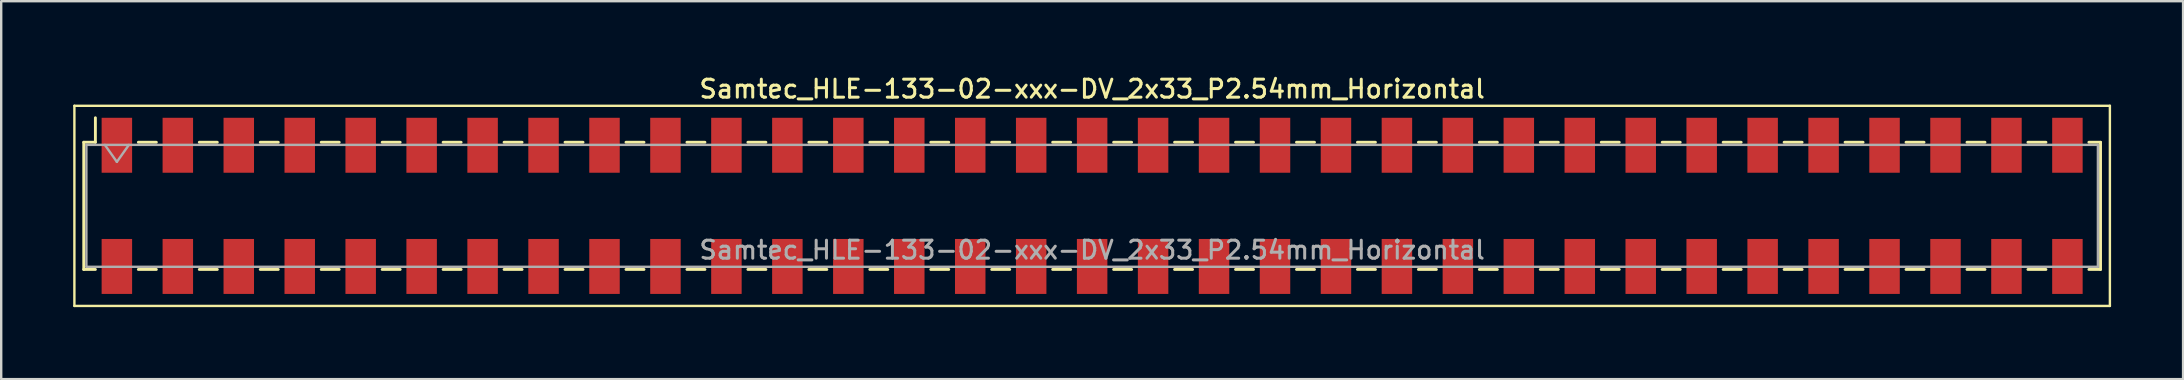
<source format=kicad_pcb>
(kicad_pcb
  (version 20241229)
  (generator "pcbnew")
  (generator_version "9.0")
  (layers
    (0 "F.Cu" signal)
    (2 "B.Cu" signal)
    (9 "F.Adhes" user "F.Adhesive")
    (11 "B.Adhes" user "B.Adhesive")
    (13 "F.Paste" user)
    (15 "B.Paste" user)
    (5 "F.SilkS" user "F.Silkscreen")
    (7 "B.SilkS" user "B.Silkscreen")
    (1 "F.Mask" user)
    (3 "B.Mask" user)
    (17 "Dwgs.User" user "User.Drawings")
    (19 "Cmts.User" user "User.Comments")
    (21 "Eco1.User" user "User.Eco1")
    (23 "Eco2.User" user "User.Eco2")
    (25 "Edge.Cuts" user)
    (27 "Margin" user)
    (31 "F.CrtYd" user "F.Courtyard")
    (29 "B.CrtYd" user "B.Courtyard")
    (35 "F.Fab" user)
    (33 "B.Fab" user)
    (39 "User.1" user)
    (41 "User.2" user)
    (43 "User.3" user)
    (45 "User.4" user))
  (footprint "Samtec_HLE-133-02-xxx-DV_2x33_P2.54mm_Horizontal"
    (layer "F.Cu")
    (at 42.46 5.528)
    (property "Reference" "Samtec_HLE-133-02-xxx-DV_2x33_P2.54mm_Horizontal" (at 0 -4.87 0) (layer "F.SilkS") (effects (font (size 0.75 0.75) (thickness 0.125))))
    (attr smd)
    (fp_line (start -42.41 -4.17) (end 42.41 -4.17) (stroke (width 0.1) (type solid)) (layer "F.SilkS"))
    (fp_line (start -42.41 4.17) (end -42.41 -4.17) (stroke (width 0.1) (type solid)) (layer "F.SilkS"))
    (fp_line (start -42.02 -2.65) (end -42.02 2.65) (stroke (width 0.12) (type solid)) (layer "F.SilkS"))
    (fp_line (start -42.02 2.65) (end -41.535 2.65) (stroke (width 0.12) (type solid)) (layer "F.SilkS"))
    (fp_line (start -41.535 -3.67) (end -41.535 -2.65) (stroke (width 0.12) (type solid)) (layer "F.SilkS"))
    (fp_line (start -41.535 -2.65) (end -42.02 -2.65) (stroke (width 0.12) (type solid)) (layer "F.SilkS"))
    (fp_line (start -39.745 -2.65) (end -38.995 -2.65) (stroke (width 0.12) (type solid)) (layer "F.SilkS"))
    (fp_line (start -39.745 2.65) (end -38.995 2.65) (stroke (width 0.12) (type solid)) (layer "F.SilkS"))
    (fp_line (start -37.205 -2.65) (end -36.455 -2.65) (stroke (width 0.12) (type solid)) (layer "F.SilkS"))
    (fp_line (start -37.205 2.65) (end -36.455 2.65) (stroke (width 0.12) (type solid)) (layer "F.SilkS"))
    (fp_line (start -34.665 -2.65) (end -33.915 -2.65) (stroke (width 0.12) (type solid)) (layer "F.SilkS"))
    (fp_line (start -34.665 2.65) (end -33.915 2.65) (stroke (width 0.12) (type solid)) (layer "F.SilkS"))
    (fp_line (start -32.125 -2.65) (end -31.375 -2.65) (stroke (width 0.12) (type solid)) (layer "F.SilkS"))
    (fp_line (start -32.125 2.65) (end -31.375 2.65) (stroke (width 0.12) (type solid)) (layer "F.SilkS"))
    (fp_line (start -29.585 -2.65) (end -28.835 -2.65) (stroke (width 0.12) (type solid)) (layer "F.SilkS"))
    (fp_line (start -29.585 2.65) (end -28.835 2.65) (stroke (width 0.12) (type solid)) (layer "F.SilkS"))
    (fp_line (start -27.045 -2.65) (end -26.295 -2.65) (stroke (width 0.12) (type solid)) (layer "F.SilkS"))
    (fp_line (start -27.045 2.65) (end -26.295 2.65) (stroke (width 0.12) (type solid)) (layer "F.SilkS"))
    (fp_line (start -24.505 -2.65) (end -23.755 -2.65) (stroke (width 0.12) (type solid)) (layer "F.SilkS"))
    (fp_line (start -24.505 2.65) (end -23.755 2.65) (stroke (width 0.12) (type solid)) (layer "F.SilkS"))
    (fp_line (start -21.965 -2.65) (end -21.215 -2.65) (stroke (width 0.12) (type solid)) (layer "F.SilkS"))
    (fp_line (start -21.965 2.65) (end -21.215 2.65) (stroke (width 0.12) (type solid)) (layer "F.SilkS"))
    (fp_line (start -19.425 -2.65) (end -18.675 -2.65) (stroke (width 0.12) (type solid)) (layer "F.SilkS"))
    (fp_line (start -19.425 2.65) (end -18.675 2.65) (stroke (width 0.12) (type solid)) (layer "F.SilkS"))
    (fp_line (start -16.885 -2.65) (end -16.135 -2.65) (stroke (width 0.12) (type solid)) (layer "F.SilkS"))
    (fp_line (start -16.885 2.65) (end -16.135 2.65) (stroke (width 0.12) (type solid)) (layer "F.SilkS"))
    (fp_line (start -14.345 -2.65) (end -13.595 -2.65) (stroke (width 0.12) (type solid)) (layer "F.SilkS"))
    (fp_line (start -14.345 2.65) (end -13.595 2.65) (stroke (width 0.12) (type solid)) (layer "F.SilkS"))
    (fp_line (start -11.805 -2.65) (end -11.055 -2.65) (stroke (width 0.12) (type solid)) (layer "F.SilkS"))
    (fp_line (start -11.805 2.65) (end -11.055 2.65) (stroke (width 0.12) (type solid)) (layer "F.SilkS"))
    (fp_line (start -9.265 -2.65) (end -8.515 -2.65) (stroke (width 0.12) (type solid)) (layer "F.SilkS"))
    (fp_line (start -9.265 2.65) (end -8.515 2.65) (stroke (width 0.12) (type solid)) (layer "F.SilkS"))
    (fp_line (start -6.725 -2.65) (end -5.975 -2.65) (stroke (width 0.12) (type solid)) (layer "F.SilkS"))
    (fp_line (start -6.725 2.65) (end -5.975 2.65) (stroke (width 0.12) (type solid)) (layer "F.SilkS"))
    (fp_line (start -4.185 -2.65) (end -3.435 -2.65) (stroke (width 0.12) (type solid)) (layer "F.SilkS"))
    (fp_line (start -4.185 2.65) (end -3.435 2.65) (stroke (width 0.12) (type solid)) (layer "F.SilkS"))
    (fp_line (start -1.645 -2.65) (end -0.895 -2.65) (stroke (width 0.12) (type solid)) (layer "F.SilkS"))
    (fp_line (start -1.645 2.65) (end -0.895 2.65) (stroke (width 0.12) (type solid)) (layer "F.SilkS"))
    (fp_line (start 0.895 -2.65) (end 1.645 -2.65) (stroke (width 0.12) (type solid)) (layer "F.SilkS"))
    (fp_line (start 0.895 2.65) (end 1.645 2.65) (stroke (width 0.12) (type solid)) (layer "F.SilkS"))
    (fp_line (start 3.435 -2.65) (end 4.185 -2.65) (stroke (width 0.12) (type solid)) (layer "F.SilkS"))
    (fp_line (start 3.435 2.65) (end 4.185 2.65) (stroke (width 0.12) (type solid)) (layer "F.SilkS"))
    (fp_line (start 5.975 -2.65) (end 6.725 -2.65) (stroke (width 0.12) (type solid)) (layer "F.SilkS"))
    (fp_line (start 5.975 2.65) (end 6.725 2.65) (stroke (width 0.12) (type solid)) (layer "F.SilkS"))
    (fp_line (start 8.515 -2.65) (end 9.265 -2.65) (stroke (width 0.12) (type solid)) (layer "F.SilkS"))
    (fp_line (start 8.515 2.65) (end 9.265 2.65) (stroke (width 0.12) (type solid)) (layer "F.SilkS"))
    (fp_line (start 11.055 -2.65) (end 11.805 -2.65) (stroke (width 0.12) (type solid)) (layer "F.SilkS"))
    (fp_line (start 11.055 2.65) (end 11.805 2.65) (stroke (width 0.12) (type solid)) (layer "F.SilkS"))
    (fp_line (start 13.595 -2.65) (end 14.345 -2.65) (stroke (width 0.12) (type solid)) (layer "F.SilkS"))
    (fp_line (start 13.595 2.65) (end 14.345 2.65) (stroke (width 0.12) (type solid)) (layer "F.SilkS"))
    (fp_line (start 16.135 -2.65) (end 16.885 -2.65) (stroke (width 0.12) (type solid)) (layer "F.SilkS"))
    (fp_line (start 16.135 2.65) (end 16.885 2.65) (stroke (width 0.12) (type solid)) (layer "F.SilkS"))
    (fp_line (start 18.675 -2.65) (end 19.425 -2.65) (stroke (width 0.12) (type solid)) (layer "F.SilkS"))
    (fp_line (start 18.675 2.65) (end 19.425 2.65) (stroke (width 0.12) (type solid)) (layer "F.SilkS"))
    (fp_line (start 21.215 -2.65) (end 21.965 -2.65) (stroke (width 0.12) (type solid)) (layer "F.SilkS"))
    (fp_line (start 21.215 2.65) (end 21.965 2.65) (stroke (width 0.12) (type solid)) (layer "F.SilkS"))
    (fp_line (start 23.755 -2.65) (end 24.505 -2.65) (stroke (width 0.12) (type solid)) (layer "F.SilkS"))
    (fp_line (start 23.755 2.65) (end 24.505 2.65) (stroke (width 0.12) (type solid)) (layer "F.SilkS"))
    (fp_line (start 26.295 -2.65) (end 27.045 -2.65) (stroke (width 0.12) (type solid)) (layer "F.SilkS"))
    (fp_line (start 26.295 2.65) (end 27.045 2.65) (stroke (width 0.12) (type solid)) (layer "F.SilkS"))
    (fp_line (start 28.835 -2.65) (end 29.585 -2.65) (stroke (width 0.12) (type solid)) (layer "F.SilkS"))
    (fp_line (start 28.835 2.65) (end 29.585 2.65) (stroke (width 0.12) (type solid)) (layer "F.SilkS"))
    (fp_line (start 31.375 -2.65) (end 32.125 -2.65) (stroke (width 0.12) (type solid)) (layer "F.SilkS"))
    (fp_line (start 31.375 2.65) (end 32.125 2.65) (stroke (width 0.12) (type solid)) (layer "F.SilkS"))
    (fp_line (start 33.915 -2.65) (end 34.665 -2.65) (stroke (width 0.12) (type solid)) (layer "F.SilkS"))
    (fp_line (start 33.915 2.65) (end 34.665 2.65) (stroke (width 0.12) (type solid)) (layer "F.SilkS"))
    (fp_line (start 36.455 -2.65) (end 37.205 -2.65) (stroke (width 0.12) (type solid)) (layer "F.SilkS"))
    (fp_line (start 36.455 2.65) (end 37.205 2.65) (stroke (width 0.12) (type solid)) (layer "F.SilkS"))
    (fp_line (start 38.995 -2.65) (end 39.745 -2.65) (stroke (width 0.12) (type solid)) (layer "F.SilkS"))
    (fp_line (start 38.995 2.65) (end 39.745 2.65) (stroke (width 0.12) (type solid)) (layer "F.SilkS"))
    (fp_line (start 41.535 -2.65) (end 42.02 -2.65) (stroke (width 0.12) (type solid)) (layer "F.SilkS"))
    (fp_line (start 42.02 -2.65) (end 42.02 2.65) (stroke (width 0.12) (type solid)) (layer "F.SilkS"))
    (fp_line (start 42.02 2.65) (end 41.535 2.65) (stroke (width 0.12) (type solid)) (layer "F.SilkS"))
    (fp_line (start 42.41 -4.17) (end 42.41 4.17) (stroke (width 0.1) (type solid)) (layer "F.SilkS"))
    (fp_line (start 42.41 4.17) (end -42.41 4.17) (stroke (width 0.1) (type solid)) (layer "F.SilkS"))
    (fp_line (start -41.91 -2.54) (end 41.91 -2.54) (stroke (width 0.1) (type solid)) (layer "F.Fab"))
    (fp_line (start -41.91 2.54) (end -41.91 -2.54) (stroke (width 0.1) (type solid)) (layer "F.Fab"))
    (fp_line (start -41.14 -2.54) (end -40.64 -1.833) (stroke (width 0.1) (type solid)) (layer "F.Fab"))
    (fp_line (start -40.64 -1.833) (end -40.14 -2.54) (stroke (width 0.1) (type solid)) (layer "F.Fab"))
    (fp_line (start 41.91 -2.54) (end 41.91 2.54) (stroke (width 0.1) (type solid)) (layer "F.Fab"))
    (fp_line (start 41.91 2.54) (end -41.91 2.54) (stroke (width 0.1) (type solid)) (layer "F.Fab"))
    (fp_text user "${REFERENCE}" (at 0 1.84 0) (layer "F.Fab") (effects (font (size 0.75 0.75) (thickness 0.125))))
    (pad "1" smd rect (at -40.64 -2.525) (size 1.27 2.29) (layers "F.Cu" "F.Mask" "F.Paste"))
    (pad "2" smd rect (at -40.64 2.525) (size 1.27 2.29) (layers "F.Cu" "F.Mask" "F.Paste"))
    (pad "3" smd rect (at -38.1 -2.525) (size 1.27 2.29) (layers "F.Cu" "F.Mask" "F.Paste"))
    (pad "4" smd rect (at -38.1 2.525) (size 1.27 2.29) (layers "F.Cu" "F.Mask" "F.Paste"))
    (pad "5" smd rect (at -35.56 -2.525) (size 1.27 2.29) (layers "F.Cu" "F.Mask" "F.Paste"))
    (pad "6" smd rect (at -35.56 2.525) (size 1.27 2.29) (layers "F.Cu" "F.Mask" "F.Paste"))
    (pad "7" smd rect (at -33.02 -2.525) (size 1.27 2.29) (layers "F.Cu" "F.Mask" "F.Paste"))
    (pad "8" smd rect (at -33.02 2.525) (size 1.27 2.29) (layers "F.Cu" "F.Mask" "F.Paste"))
    (pad "9" smd rect (at -30.48 -2.525) (size 1.27 2.29) (layers "F.Cu" "F.Mask" "F.Paste"))
    (pad "10" smd rect (at -30.48 2.525) (size 1.27 2.29) (layers "F.Cu" "F.Mask" "F.Paste"))
    (pad "11" smd rect (at -27.94 -2.525) (size 1.27 2.29) (layers "F.Cu" "F.Mask" "F.Paste"))
    (pad "12" smd rect (at -27.94 2.525) (size 1.27 2.29) (layers "F.Cu" "F.Mask" "F.Paste"))
    (pad "13" smd rect (at -25.4 -2.525) (size 1.27 2.29) (layers "F.Cu" "F.Mask" "F.Paste"))
    (pad "14" smd rect (at -25.4 2.525) (size 1.27 2.29) (layers "F.Cu" "F.Mask" "F.Paste"))
    (pad "15" smd rect (at -22.86 -2.525) (size 1.27 2.29) (layers "F.Cu" "F.Mask" "F.Paste"))
    (pad "16" smd rect (at -22.86 2.525) (size 1.27 2.29) (layers "F.Cu" "F.Mask" "F.Paste"))
    (pad "17" smd rect (at -20.32 -2.525) (size 1.27 2.29) (layers "F.Cu" "F.Mask" "F.Paste"))
    (pad "18" smd rect (at -20.32 2.525) (size 1.27 2.29) (layers "F.Cu" "F.Mask" "F.Paste"))
    (pad "19" smd rect (at -17.78 -2.525) (size 1.27 2.29) (layers "F.Cu" "F.Mask" "F.Paste"))
    (pad "20" smd rect (at -17.78 2.525) (size 1.27 2.29) (layers "F.Cu" "F.Mask" "F.Paste"))
    (pad "21" smd rect (at -15.24 -2.525) (size 1.27 2.29) (layers "F.Cu" "F.Mask" "F.Paste"))
    (pad "22" smd rect (at -15.24 2.525) (size 1.27 2.29) (layers "F.Cu" "F.Mask" "F.Paste"))
    (pad "23" smd rect (at -12.7 -2.525) (size 1.27 2.29) (layers "F.Cu" "F.Mask" "F.Paste"))
    (pad "24" smd rect (at -12.7 2.525) (size 1.27 2.29) (layers "F.Cu" "F.Mask" "F.Paste"))
    (pad "25" smd rect (at -10.16 -2.525) (size 1.27 2.29) (layers "F.Cu" "F.Mask" "F.Paste"))
    (pad "26" smd rect (at -10.16 2.525) (size 1.27 2.29) (layers "F.Cu" "F.Mask" "F.Paste"))
    (pad "27" smd rect (at -7.62 -2.525) (size 1.27 2.29) (layers "F.Cu" "F.Mask" "F.Paste"))
    (pad "28" smd rect (at -7.62 2.525) (size 1.27 2.29) (layers "F.Cu" "F.Mask" "F.Paste"))
    (pad "29" smd rect (at -5.08 -2.525) (size 1.27 2.29) (layers "F.Cu" "F.Mask" "F.Paste"))
    (pad "30" smd rect (at -5.08 2.525) (size 1.27 2.29) (layers "F.Cu" "F.Mask" "F.Paste"))
    (pad "31" smd rect (at -2.54 -2.525) (size 1.27 2.29) (layers "F.Cu" "F.Mask" "F.Paste"))
    (pad "32" smd rect (at -2.54 2.525) (size 1.27 2.29) (layers "F.Cu" "F.Mask" "F.Paste"))
    (pad "33" smd rect (at 0 -2.525) (size 1.27 2.29) (layers "F.Cu" "F.Mask" "F.Paste"))
    (pad "34" smd rect (at 0 2.525) (size 1.27 2.29) (layers "F.Cu" "F.Mask" "F.Paste"))
    (pad "35" smd rect (at 2.54 -2.525) (size 1.27 2.29) (layers "F.Cu" "F.Mask" "F.Paste"))
    (pad "36" smd rect (at 2.54 2.525) (size 1.27 2.29) (layers "F.Cu" "F.Mask" "F.Paste"))
    (pad "37" smd rect (at 5.08 -2.525) (size 1.27 2.29) (layers "F.Cu" "F.Mask" "F.Paste"))
    (pad "38" smd rect (at 5.08 2.525) (size 1.27 2.29) (layers "F.Cu" "F.Mask" "F.Paste"))
    (pad "39" smd rect (at 7.62 -2.525) (size 1.27 2.29) (layers "F.Cu" "F.Mask" "F.Paste"))
    (pad "40" smd rect (at 7.62 2.525) (size 1.27 2.29) (layers "F.Cu" "F.Mask" "F.Paste"))
    (pad "41" smd rect (at 10.16 -2.525) (size 1.27 2.29) (layers "F.Cu" "F.Mask" "F.Paste"))
    (pad "42" smd rect (at 10.16 2.525) (size 1.27 2.29) (layers "F.Cu" "F.Mask" "F.Paste"))
    (pad "43" smd rect (at 12.7 -2.525) (size 1.27 2.29) (layers "F.Cu" "F.Mask" "F.Paste"))
    (pad "44" smd rect (at 12.7 2.525) (size 1.27 2.29) (layers "F.Cu" "F.Mask" "F.Paste"))
    (pad "45" smd rect (at 15.24 -2.525) (size 1.27 2.29) (layers "F.Cu" "F.Mask" "F.Paste"))
    (pad "46" smd rect (at 15.24 2.525) (size 1.27 2.29) (layers "F.Cu" "F.Mask" "F.Paste"))
    (pad "47" smd rect (at 17.78 -2.525) (size 1.27 2.29) (layers "F.Cu" "F.Mask" "F.Paste"))
    (pad "48" smd rect (at 17.78 2.525) (size 1.27 2.29) (layers "F.Cu" "F.Mask" "F.Paste"))
    (pad "49" smd rect (at 20.32 -2.525) (size 1.27 2.29) (layers "F.Cu" "F.Mask" "F.Paste"))
    (pad "50" smd rect (at 20.32 2.525) (size 1.27 2.29) (layers "F.Cu" "F.Mask" "F.Paste"))
    (pad "51" smd rect (at 22.86 -2.525) (size 1.27 2.29) (layers "F.Cu" "F.Mask" "F.Paste"))
    (pad "52" smd rect (at 22.86 2.525) (size 1.27 2.29) (layers "F.Cu" "F.Mask" "F.Paste"))
    (pad "53" smd rect (at 25.4 -2.525) (size 1.27 2.29) (layers "F.Cu" "F.Mask" "F.Paste"))
    (pad "54" smd rect (at 25.4 2.525) (size 1.27 2.29) (layers "F.Cu" "F.Mask" "F.Paste"))
    (pad "55" smd rect (at 27.94 -2.525) (size 1.27 2.29) (layers "F.Cu" "F.Mask" "F.Paste"))
    (pad "56" smd rect (at 27.94 2.525) (size 1.27 2.29) (layers "F.Cu" "F.Mask" "F.Paste"))
    (pad "57" smd rect (at 30.48 -2.525) (size 1.27 2.29) (layers "F.Cu" "F.Mask" "F.Paste"))
    (pad "58" smd rect (at 30.48 2.525) (size 1.27 2.29) (layers "F.Cu" "F.Mask" "F.Paste"))
    (pad "59" smd rect (at 33.02 -2.525) (size 1.27 2.29) (layers "F.Cu" "F.Mask" "F.Paste"))
    (pad "60" smd rect (at 33.02 2.525) (size 1.27 2.29) (layers "F.Cu" "F.Mask" "F.Paste"))
    (pad "61" smd rect (at 35.56 -2.525) (size 1.27 2.29) (layers "F.Cu" "F.Mask" "F.Paste"))
    (pad "62" smd rect (at 35.56 2.525) (size 1.27 2.29) (layers "F.Cu" "F.Mask" "F.Paste"))
    (pad "63" smd rect (at 38.1 -2.525) (size 1.27 2.29) (layers "F.Cu" "F.Mask" "F.Paste"))
    (pad "64" smd rect (at 38.1 2.525) (size 1.27 2.29) (layers "F.Cu" "F.Mask" "F.Paste"))
    (pad "65" smd rect (at 40.64 -2.525) (size 1.27 2.29) (layers "F.Cu" "F.Mask" "F.Paste"))
    (pad "66" smd rect (at 40.64 2.525) (size 1.27 2.29) (layers "F.Cu" "F.Mask" "F.Paste")))
  (gr_rect
    (start -3 -3)
    (end 87.92 12.748)
    (stroke (width 0.1) (type default))
    (fill no)
    (layer "Edge.Cuts")))
</source>
